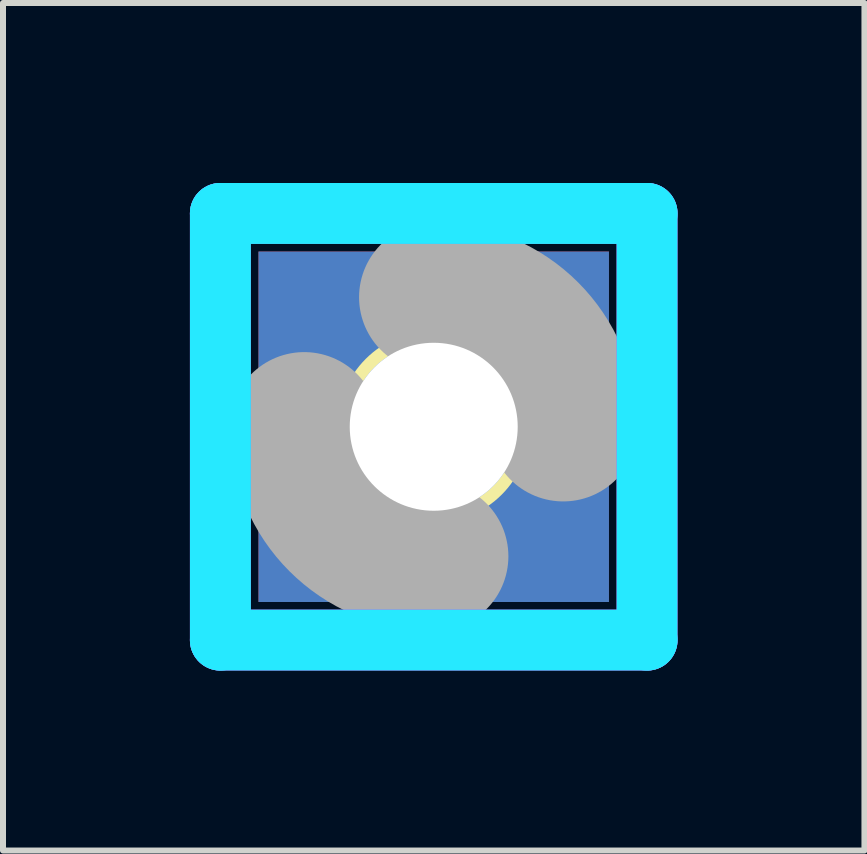
<source format=kicad_pcb>
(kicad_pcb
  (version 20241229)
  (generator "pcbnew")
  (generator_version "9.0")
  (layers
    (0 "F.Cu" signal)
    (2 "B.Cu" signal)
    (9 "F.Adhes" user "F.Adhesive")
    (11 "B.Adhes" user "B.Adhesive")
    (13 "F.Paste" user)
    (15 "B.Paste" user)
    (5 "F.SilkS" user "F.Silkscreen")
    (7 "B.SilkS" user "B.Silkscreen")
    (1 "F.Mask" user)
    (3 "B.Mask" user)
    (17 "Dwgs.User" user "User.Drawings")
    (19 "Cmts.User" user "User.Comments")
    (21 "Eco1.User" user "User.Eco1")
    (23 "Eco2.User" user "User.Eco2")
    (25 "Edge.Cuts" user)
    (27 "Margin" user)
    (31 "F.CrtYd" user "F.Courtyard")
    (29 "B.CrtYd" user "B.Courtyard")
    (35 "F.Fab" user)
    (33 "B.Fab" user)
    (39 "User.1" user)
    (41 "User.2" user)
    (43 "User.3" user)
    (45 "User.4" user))
  (footprint "footprint"
    (layer "F.Cu")
    (at 4.18 4.064)
    (property "Reference" "footprint" (at 0 0 0) (layer "F.SilkS") (effects (font (size 1.27 1.27) (thickness 0.15))))
    (fp_line (start -3.556 -3.556) (end 3.556 -3.556) (stroke (width 0.152) (type solid)) (layer "F.SilkS"))
    (fp_line (start -3.556 3.556) (end -3.556 -3.556) (stroke (width 0.152) (type solid)) (layer "F.SilkS"))
    (fp_line (start 3.556 -3.556) (end 3.556 3.556) (stroke (width 0.152) (type solid)) (layer "F.SilkS"))
    (fp_line (start 3.556 3.556) (end -3.556 3.556) (stroke (width 0.152) (type solid)) (layer "F.SilkS"))
    (fp_circle (center 0 0) (end 1.5 0) (stroke (width 0.203) (type solid)) (fill no) (layer "F.SilkS"))
    (fp_line (start -3.556 -3.556) (end 3.556 -3.556) (stroke (width 1.016) (type solid)) (layer "B.CrtYd"))
    (fp_line (start -3.556 3.556) (end -3.556 -3.556) (stroke (width 1.016) (type solid)) (layer "B.CrtYd"))
    (fp_line (start 3.556 -3.556) (end 3.556 3.556) (stroke (width 1.016) (type solid)) (layer "B.CrtYd"))
    (fp_line (start 3.556 3.556) (end -3.556 3.556) (stroke (width 1.016) (type solid)) (layer "B.CrtYd"))
    (fp_line (start -3.556 -3.556) (end 3.556 -3.556) (stroke (width 1.016) (type solid)) (layer "F.CrtYd"))
    (fp_line (start -3.556 3.556) (end -3.556 -3.556) (stroke (width 1.016) (type solid)) (layer "F.CrtYd"))
    (fp_line (start 3.556 -3.556) (end 3.556 3.556) (stroke (width 1.016) (type solid)) (layer "F.CrtYd"))
    (fp_line (start 3.556 3.556) (end -3.556 3.556) (stroke (width 1.016) (type solid)) (layer "F.CrtYd"))
    (fp_arc (start 0 -2.159) (mid 1.526644 -1.526644) (end 2.159 0) (stroke (width 2.4892) (type solid)) (layer "F.Fab"))
    (fp_arc (start 0 2.159) (mid -1.526644 1.526644) (end -2.159 0) (stroke (width 2.4892) (type solid)) (layer "F.Fab"))
    (fp_circle (center 0 0) (end 0.762 0) (stroke (width 0.457) (type solid)) (fill no) (layer "F.Fab"))
    (pad "B2,8" thru_hole rect (at 0 0) (size 5.842 5.842) (drill 2.8) (layers "*.Cu" "*.Mask")))
  (gr_rect
    (start -3 -3)
    (end 11.36 11.128)
    (stroke (width 0.1) (type default))
    (fill no)
    (layer "Edge.Cuts")))
</source>
